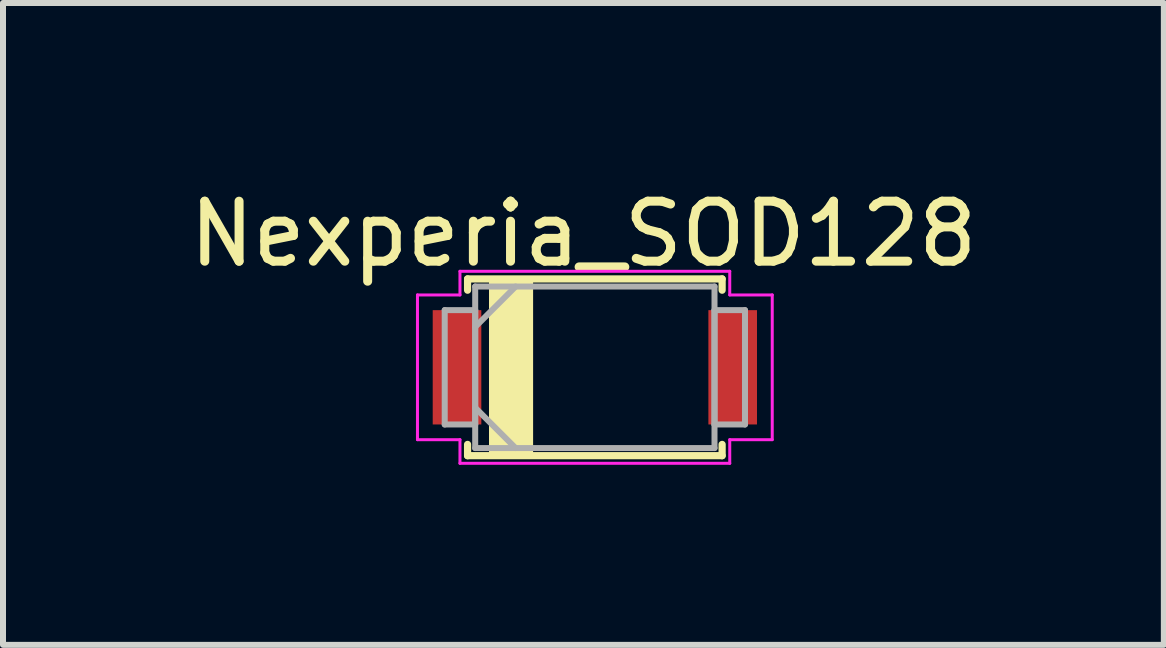
<source format=kicad_pcb>
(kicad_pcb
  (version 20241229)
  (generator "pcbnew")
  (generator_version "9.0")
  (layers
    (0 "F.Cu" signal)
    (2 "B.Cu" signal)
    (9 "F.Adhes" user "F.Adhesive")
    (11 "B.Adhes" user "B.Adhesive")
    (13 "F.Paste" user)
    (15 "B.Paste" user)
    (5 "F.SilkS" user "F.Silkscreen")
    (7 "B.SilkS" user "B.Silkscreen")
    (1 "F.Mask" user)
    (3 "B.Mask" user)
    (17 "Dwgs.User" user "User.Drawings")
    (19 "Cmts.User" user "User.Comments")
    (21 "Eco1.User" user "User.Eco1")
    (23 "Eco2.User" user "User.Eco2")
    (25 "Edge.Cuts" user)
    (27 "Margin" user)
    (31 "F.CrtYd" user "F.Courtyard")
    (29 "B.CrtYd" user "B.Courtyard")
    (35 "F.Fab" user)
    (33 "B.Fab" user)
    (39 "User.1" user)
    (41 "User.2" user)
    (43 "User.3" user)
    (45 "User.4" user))
  (footprint "Nexperia_SOD128"
    (layer "F.Cu")
    (at 6.863 3.071)
    (property "Reference" "Nexperia_SOD128" (at -0.191 -2.223 0) (layer "F.SilkS") (effects (font (size 1 1) (thickness 0.15))))
    (attr smd)
    (fp_line (start -2.121 -1.473) (end -2.121 -1.285) (stroke (width 0.12) (type solid)) (layer "F.SilkS"))
    (fp_line (start -2.121 1.285) (end -2.121 1.473) (stroke (width 0.12) (type solid)) (layer "F.SilkS"))
    (fp_line (start -2.121 1.473) (end 2.121 1.473) (stroke (width 0.12) (type solid)) (layer "F.SilkS"))
    (fp_line (start 2.121 -1.473) (end -2.121 -1.473) (stroke (width 0.12) (type solid)) (layer "F.SilkS"))
    (fp_line (start 2.121 -1.285) (end 2.121 -1.473) (stroke (width 0.12) (type solid)) (layer "F.SilkS"))
    (fp_line (start 2.121 1.473) (end 2.121 1.285) (stroke (width 0.12) (type solid)) (layer "F.SilkS"))
    (fp_poly (pts (xy -1.079 1.46) (xy -1.714 1.46) (xy -1.714 -1.46) (xy -1.079 -1.46)) (stroke (width 0.1) (type solid)) (fill yes) (layer "F.SilkS"))
    (fp_line (start -2.956 -1.206) (end -2.248 -1.206) (stroke (width 0.05) (type solid)) (layer "F.CrtYd"))
    (fp_line (start -2.956 1.206) (end -2.956 -1.206) (stroke (width 0.05) (type solid)) (layer "F.CrtYd"))
    (fp_line (start -2.248 -1.6) (end 2.248 -1.6) (stroke (width 0.05) (type solid)) (layer "F.CrtYd"))
    (fp_line (start -2.248 -1.206) (end -2.248 -1.6) (stroke (width 0.05) (type solid)) (layer "F.CrtYd"))
    (fp_line (start -2.248 1.206) (end -2.956 1.206) (stroke (width 0.05) (type solid)) (layer "F.CrtYd"))
    (fp_line (start -2.248 1.6) (end -2.248 1.206) (stroke (width 0.05) (type solid)) (layer "F.CrtYd"))
    (fp_line (start 2.248 -1.6) (end 2.248 -1.206) (stroke (width 0.05) (type solid)) (layer "F.CrtYd"))
    (fp_line (start 2.248 -1.206) (end 2.956 -1.206) (stroke (width 0.05) (type solid)) (layer "F.CrtYd"))
    (fp_line (start 2.248 1.206) (end 2.248 1.6) (stroke (width 0.05) (type solid)) (layer "F.CrtYd"))
    (fp_line (start 2.248 1.6) (end -2.248 1.6) (stroke (width 0.05) (type solid)) (layer "F.CrtYd"))
    (fp_line (start 2.956 -1.206) (end 2.956 1.206) (stroke (width 0.05) (type solid)) (layer "F.CrtYd"))
    (fp_line (start 2.956 1.206) (end 2.248 1.206) (stroke (width 0.05) (type solid)) (layer "F.CrtYd"))
    (fp_line (start -2.502 -0.953) (end -2.502 0.953) (stroke (width 0.1) (type solid)) (layer "F.Fab"))
    (fp_line (start -2.502 0.953) (end -1.994 0.953) (stroke (width 0.1) (type solid)) (layer "F.Fab"))
    (fp_line (start -1.994 -1.346) (end -1.994 1.346) (stroke (width 0.1) (type solid)) (layer "F.Fab"))
    (fp_line (start -1.994 -0.953) (end -2.502 -0.953) (stroke (width 0.1) (type solid)) (layer "F.Fab"))
    (fp_line (start -1.994 -0.673) (end -1.321 -1.346) (stroke (width 0.1) (type solid)) (layer "F.Fab"))
    (fp_line (start -1.994 0.673) (end -1.321 1.346) (stroke (width 0.1) (type solid)) (layer "F.Fab"))
    (fp_line (start -1.994 0.953) (end -1.994 -0.953) (stroke (width 0.1) (type solid)) (layer "F.Fab"))
    (fp_line (start -1.994 1.346) (end 1.994 1.346) (stroke (width 0.1) (type solid)) (layer "F.Fab"))
    (fp_line (start 1.994 -1.346) (end -1.994 -1.346) (stroke (width 0.1) (type solid)) (layer "F.Fab"))
    (fp_line (start 1.994 -0.953) (end 1.994 0.953) (stroke (width 0.1) (type solid)) (layer "F.Fab"))
    (fp_line (start 1.994 0.953) (end 2.502 0.953) (stroke (width 0.1) (type solid)) (layer "F.Fab"))
    (fp_line (start 1.994 1.346) (end 1.994 -1.346) (stroke (width 0.1) (type solid)) (layer "F.Fab"))
    (fp_line (start 2.502 -0.953) (end 1.994 -0.953) (stroke (width 0.1) (type solid)) (layer "F.Fab"))
    (fp_line (start 2.502 0.953) (end 2.502 -0.953) (stroke (width 0.1) (type solid)) (layer "F.Fab"))
    (pad "1" smd rect (at -2.297 0) (size 0.81 1.905) (layers "F.Cu" "F.Mask" "F.Paste"))
    (pad "2" smd rect (at 2.297 0) (size 0.81 1.905) (layers "F.Cu" "F.Mask" "F.Paste")))
  (gr_rect
    (start -3 -3)
    (end 16.345 7.696)
    (stroke (width 0.1) (type default))
    (fill no)
    (layer "Edge.Cuts")))
</source>
